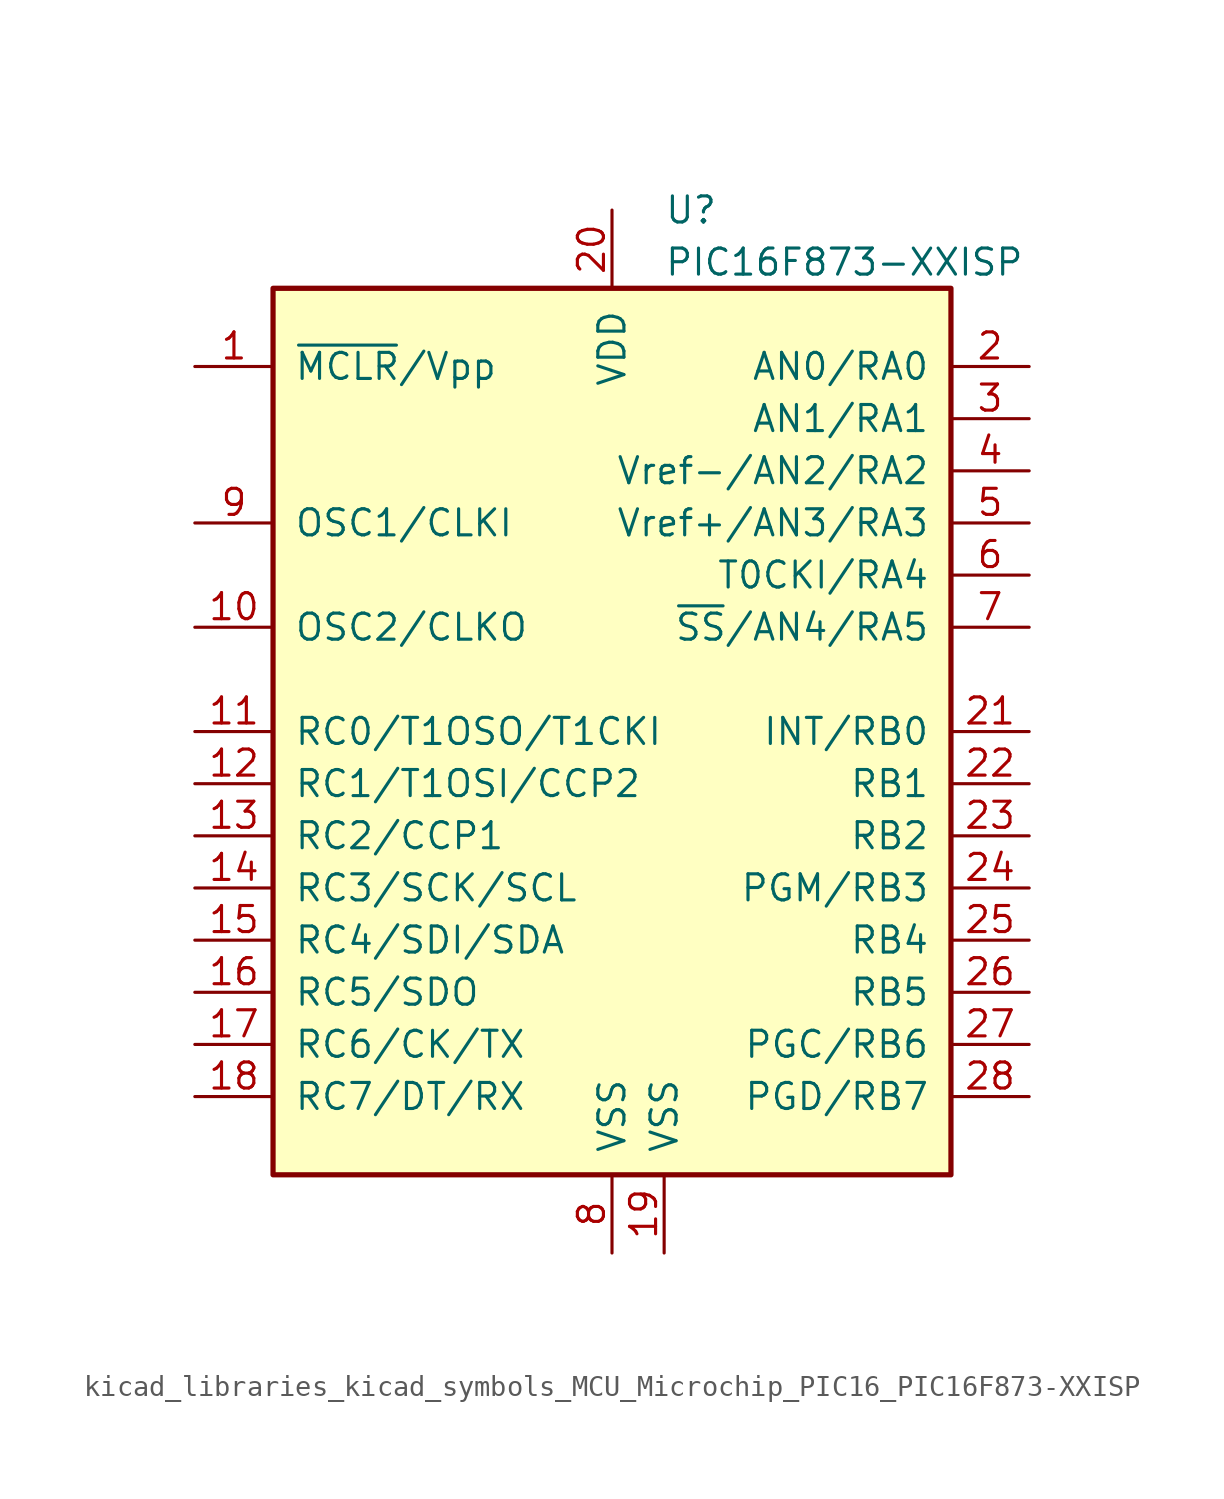
<source format=kicad_sym>
(kicad_symbol_lib
  (version 20220914)
  (generator kicad_symbol_editor)
  (symbol "kicad_libraries_kicad_symbols_MCU_Microchip_PIC16_PIC16F873-XXISP"
    (pin_names
      (offset 1.016))
    (property "Reference" "U"
      (at 2.54 25.4 0)
      (effects (font (size 1.27 1.27)) (justify left)))
    (property "Value" "PIC16F873-XXISP"
      (at 2.54 22.86 0)
      (effects (font (size 1.27 1.27)) (justify left)))
    (symbol "kicad_libraries_kicad_symbols_MCU_Microchip_PIC16_PIC16F873-XXISP_0_1"
      (rectangle (start -16.51 21.59) (end 16.51 -21.59) (stroke (width 0.254) (type default)) (fill (type background))))
    (symbol "kicad_libraries_kicad_symbols_MCU_Microchip_PIC16_PIC16F873-XXISP_1_1"
      (pin input line (at -20.32 17.78 0) (length 3.81) (name "~{MCLR}/Vpp" (effects (font (size 1.27 1.27)))) (number "1" (effects (font (size 1.27 1.27)))))
      (pin output line (at -20.32 5.08 0) (length 3.81) (name "OSC2/CLKO" (effects (font (size 1.27 1.27)))) (number "10" (effects (font (size 1.27 1.27)))))
      (pin bidirectional line (at -20.32 0 0) (length 3.81) (name "RC0/T1OSO/T1CKI" (effects (font (size 1.27 1.27)))) (number "11" (effects (font (size 1.27 1.27)))))
      (pin bidirectional line (at -20.32 -2.54 0) (length 3.81) (name "RC1/T1OSI/CCP2" (effects (font (size 1.27 1.27)))) (number "12" (effects (font (size 1.27 1.27)))))
      (pin bidirectional line (at -20.32 -5.08 0) (length 3.81) (name "RC2/CCP1" (effects (font (size 1.27 1.27)))) (number "13" (effects (font (size 1.27 1.27)))))
      (pin bidirectional line (at -20.32 -7.62 0) (length 3.81) (name "RC3/SCK/SCL" (effects (font (size 1.27 1.27)))) (number "14" (effects (font (size 1.27 1.27)))))
      (pin bidirectional line (at -20.32 -10.16 0) (length 3.81) (name "RC4/SDI/SDA" (effects (font (size 1.27 1.27)))) (number "15" (effects (font (size 1.27 1.27)))))
      (pin bidirectional line (at -20.32 -12.7 0) (length 3.81) (name "RC5/SDO" (effects (font (size 1.27 1.27)))) (number "16" (effects (font (size 1.27 1.27)))))
      (pin bidirectional line (at -20.32 -15.24 0) (length 3.81) (name "RC6/CK/TX" (effects (font (size 1.27 1.27)))) (number "17" (effects (font (size 1.27 1.27)))))
      (pin bidirectional line (at -20.32 -17.78 0) (length 3.81) (name "RC7/DT/RX" (effects (font (size 1.27 1.27)))) (number "18" (effects (font (size 1.27 1.27)))))
      (pin power_in line (at 2.54 -25.4 90) (length 3.81) (name "VSS" (effects (font (size 1.27 1.27)))) (number "19" (effects (font (size 1.27 1.27)))))
      (pin bidirectional line (at 20.32 17.78 180) (length 3.81) (name "AN0/RA0" (effects (font (size 1.27 1.27)))) (number "2" (effects (font (size 1.27 1.27)))))
      (pin power_in line (at 0 25.4 270) (length 3.81) (name "VDD" (effects (font (size 1.27 1.27)))) (number "20" (effects (font (size 1.27 1.27)))))
      (pin bidirectional line (at 20.32 0 180) (length 3.81) (name "INT/RB0" (effects (font (size 1.27 1.27)))) (number "21" (effects (font (size 1.27 1.27)))))
      (pin bidirectional line (at 20.32 -2.54 180) (length 3.81) (name "RB1" (effects (font (size 1.27 1.27)))) (number "22" (effects (font (size 1.27 1.27)))))
      (pin bidirectional line (at 20.32 -5.08 180) (length 3.81) (name "RB2" (effects (font (size 1.27 1.27)))) (number "23" (effects (font (size 1.27 1.27)))))
      (pin bidirectional line (at 20.32 -7.62 180) (length 3.81) (name "PGM/RB3" (effects (font (size 1.27 1.27)))) (number "24" (effects (font (size 1.27 1.27)))))
      (pin bidirectional line (at 20.32 -10.16 180) (length 3.81) (name "RB4" (effects (font (size 1.27 1.27)))) (number "25" (effects (font (size 1.27 1.27)))))
      (pin bidirectional line (at 20.32 -12.7 180) (length 3.81) (name "RB5" (effects (font (size 1.27 1.27)))) (number "26" (effects (font (size 1.27 1.27)))))
      (pin bidirectional line (at 20.32 -15.24 180) (length 3.81) (name "PGC/RB6" (effects (font (size 1.27 1.27)))) (number "27" (effects (font (size 1.27 1.27)))))
      (pin bidirectional line (at 20.32 -17.78 180) (length 3.81) (name "PGD/RB7" (effects (font (size 1.27 1.27)))) (number "28" (effects (font (size 1.27 1.27)))))
      (pin bidirectional line (at 20.32 15.24 180) (length 3.81) (name "AN1/RA1" (effects (font (size 1.27 1.27)))) (number "3" (effects (font (size 1.27 1.27)))))
      (pin bidirectional line (at 20.32 12.7 180) (length 3.81) (name "Vref-/AN2/RA2" (effects (font (size 1.27 1.27)))) (number "4" (effects (font (size 1.27 1.27)))))
      (pin bidirectional line (at 20.32 10.16 180) (length 3.81) (name "Vref+/AN3/RA3" (effects (font (size 1.27 1.27)))) (number "5" (effects (font (size 1.27 1.27)))))
      (pin bidirectional line (at 20.32 7.62 180) (length 3.81) (name "T0CKI/RA4" (effects (font (size 1.27 1.27)))) (number "6" (effects (font (size 1.27 1.27)))))
      (pin bidirectional line (at 20.32 5.08 180) (length 3.81) (name "~{SS}/AN4/RA5" (effects (font (size 1.27 1.27)))) (number "7" (effects (font (size 1.27 1.27)))))
      (pin power_in line (at 0 -25.4 90) (length 3.81) (name "VSS" (effects (font (size 1.27 1.27)))) (number "8" (effects (font (size 1.27 1.27)))))
      (pin input line (at -20.32 10.16 0) (length 3.81) (name "OSC1/CLKI" (effects (font (size 1.27 1.27)))) (number "9" (effects (font (size 1.27 1.27))))))))
</source>
